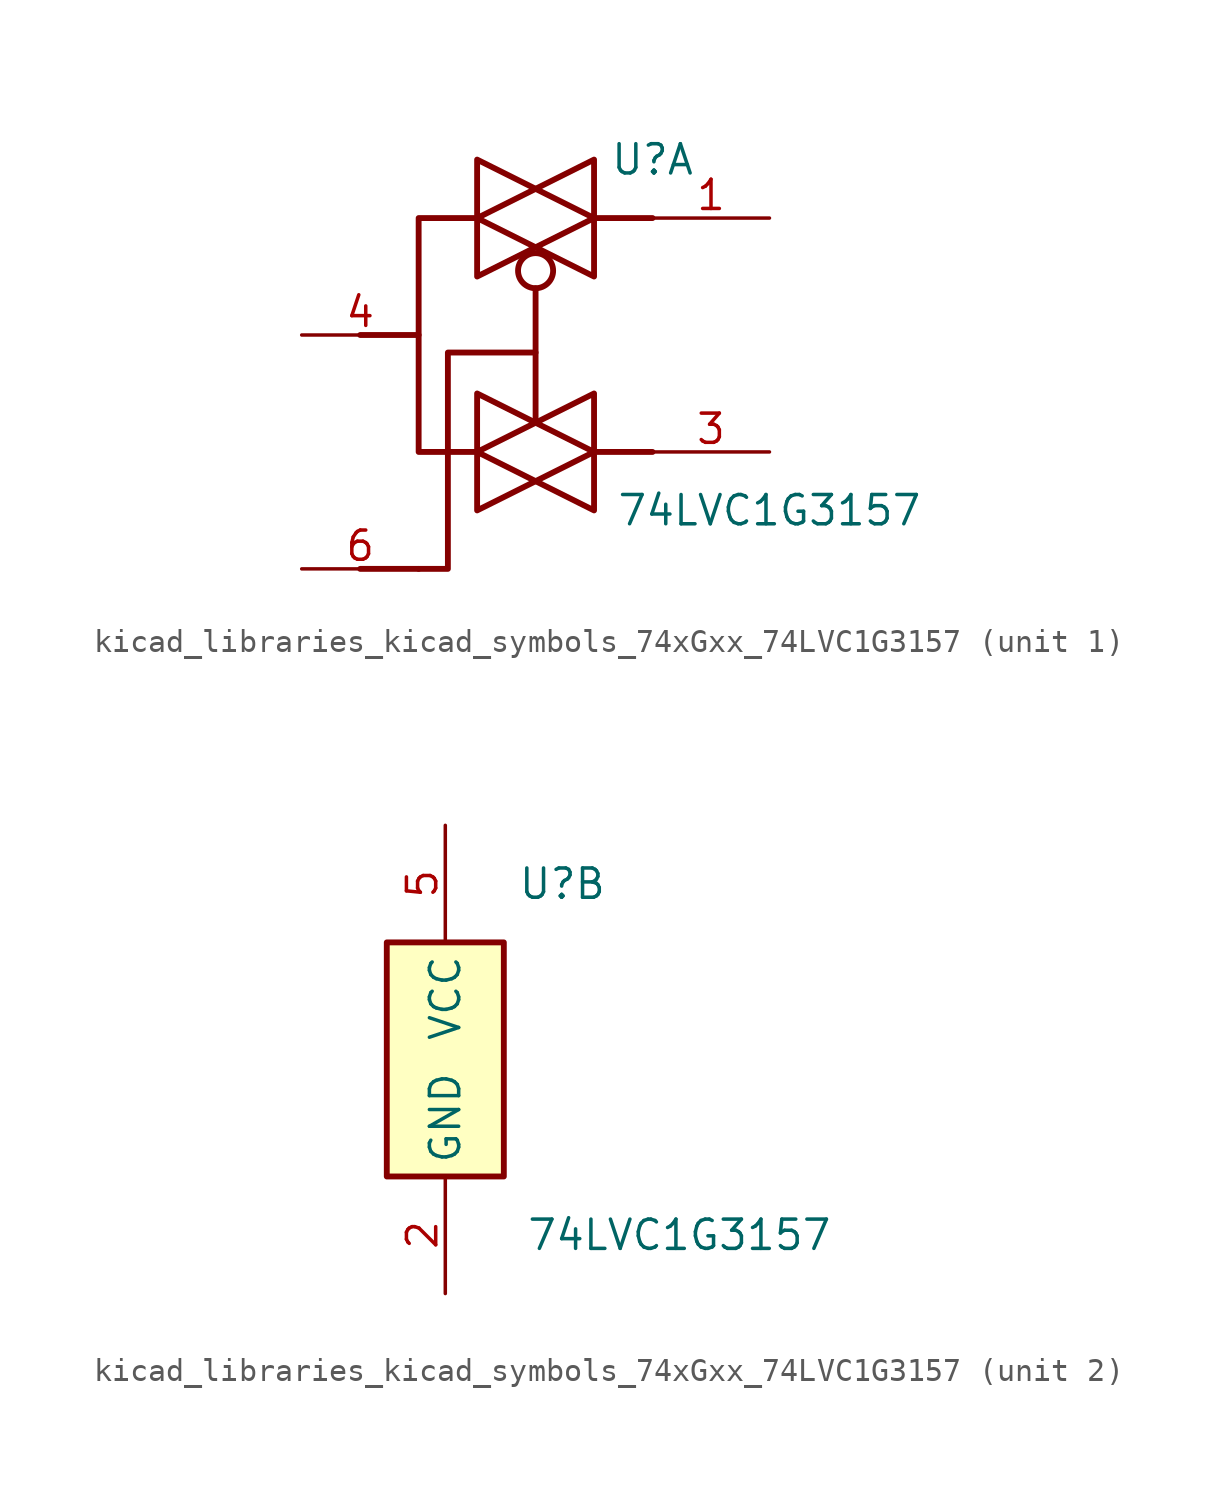
<source format=kicad_sym>
(kicad_symbol_lib
  (version 20220914)
  (generator kicad_symbol_editor)
  (symbol "kicad_libraries_kicad_symbols_74xGxx_74LVC1G3157"
    (property "Reference" "U"
      (at 5.08 7.62 0)
      (effects (font (size 1.27 1.27))))
    (property "Value" "74LVC1G3157"
      (at 10.16 -7.62 0)
      (effects (font (size 1.27 1.27))))
    (property "ki_locked" ""
      (at 0 0 0)
      (effects (font (size 1.27 1.27))))
    (symbol "kicad_libraries_kicad_symbols_74xGxx_74LVC1G3157_1_1"
      (polyline (pts (xy -7.62 -10.16) (xy -5.08 -10.16)) (stroke (width 0.254) (type default)) (fill (type background)))
      (polyline (pts (xy -7.62 0) (xy -5.08 0)) (stroke (width 0.254) (type default)) (fill (type background)))
      (polyline (pts (xy 0 -3.81) (xy 0 2.032)) (stroke (width 0.254) (type default)) (fill (type none)))
      (polyline (pts (xy 5.08 -5.08) (xy 2.54 -5.08)) (stroke (width 0.254) (type default)) (fill (type background)))
      (polyline (pts (xy 5.08 5.08) (xy 2.54 5.08)) (stroke (width 0.254) (type default)) (fill (type background)))
      (polyline (pts (xy -2.54 -5.08) (xy 0 -6.35) (xy -2.54 -7.62) (xy -2.54 -5.08)) (stroke (width 0.254) (type default)) (fill (type none)))
      (polyline (pts (xy -2.54 -2.54) (xy -2.54 -5.08) (xy 0 -3.81) (xy -2.54 -2.54)) (stroke (width 0.254) (type default)) (fill (type none)))
      (polyline (pts (xy -2.54 5.08) (xy 0 3.81) (xy -2.54 2.54) (xy -2.54 5.08)) (stroke (width 0.254) (type default)) (fill (type none)))
      (polyline (pts (xy -2.54 7.62) (xy 0 6.35) (xy -2.54 5.08) (xy -2.54 7.62)) (stroke (width 0.254) (type default)) (fill (type none)))
      (polyline (pts (xy 0 -0.762) (xy -3.81 -0.762) (xy -3.81 -10.16) (xy -5.08 -10.16)) (stroke (width 0.254) (type default)) (fill (type none)))
      (polyline (pts (xy 2.54 -5.08) (xy 0 -6.35) (xy 2.54 -7.62) (xy 2.54 -5.08)) (stroke (width 0.254) (type default)) (fill (type none)))
      (polyline (pts (xy 2.54 -2.54) (xy 2.54 -5.08) (xy 0 -3.81) (xy 2.54 -2.54)) (stroke (width 0.254) (type default)) (fill (type none)))
      (polyline (pts (xy 2.54 5.08) (xy 2.54 2.54) (xy 0 3.81) (xy 2.54 5.08)) (stroke (width 0.254) (type default)) (fill (type none)))
      (polyline (pts (xy 2.54 5.08) (xy 2.54 7.62) (xy 0 6.35) (xy 2.54 5.08)) (stroke (width 0.254) (type default)) (fill (type none)))
      (polyline (pts (xy -2.54 5.08) (xy -5.08 5.08) (xy -5.08 0) (xy -5.08 -5.08) (xy -2.54 -5.08)) (stroke (width 0.254) (type default)) (fill (type none)))
      (circle (center 0 2.794) (radius 0.762) (stroke (width 0.254) (type default)) (fill (type none)))
      (pin bidirectional line (at 10.16 5.08 180) (length 5.08) (name "~" (effects (font (size 1.27 1.27)))) (number "1" (effects (font (size 1.27 1.27)))))
      (pin bidirectional line (at 10.16 -5.08 180) (length 5.08) (name "~" (effects (font (size 1.27 1.27)))) (number "3" (effects (font (size 1.27 1.27)))))
      (pin bidirectional line (at -10.16 0 0) (length 5.08) (name "~" (effects (font (size 1.27 1.27)))) (number "4" (effects (font (size 1.27 1.27)))))
      (pin input line (at -10.16 -10.16 0) (length 5.08) (name "~" (effects (font (size 1.27 1.27)))) (number "6" (effects (font (size 1.27 1.27))))))
    (symbol "kicad_libraries_kicad_symbols_74xGxx_74LVC1G3157_2_1"
      (rectangle (start -2.54 5.08) (end 2.54 -5.08) (stroke (width 0.254) (type default)) (fill (type background)))
      (pin power_in line (at 0 -10.16 90) (length 5.08) (name "GND" (effects (font (size 1.27 1.27)))) (number "2" (effects (font (size 1.27 1.27)))))
      (pin power_in line (at 0 10.16 270) (length 5.08) (name "VCC" (effects (font (size 1.27 1.27)))) (number "5" (effects (font (size 1.27 1.27))))))))
</source>
